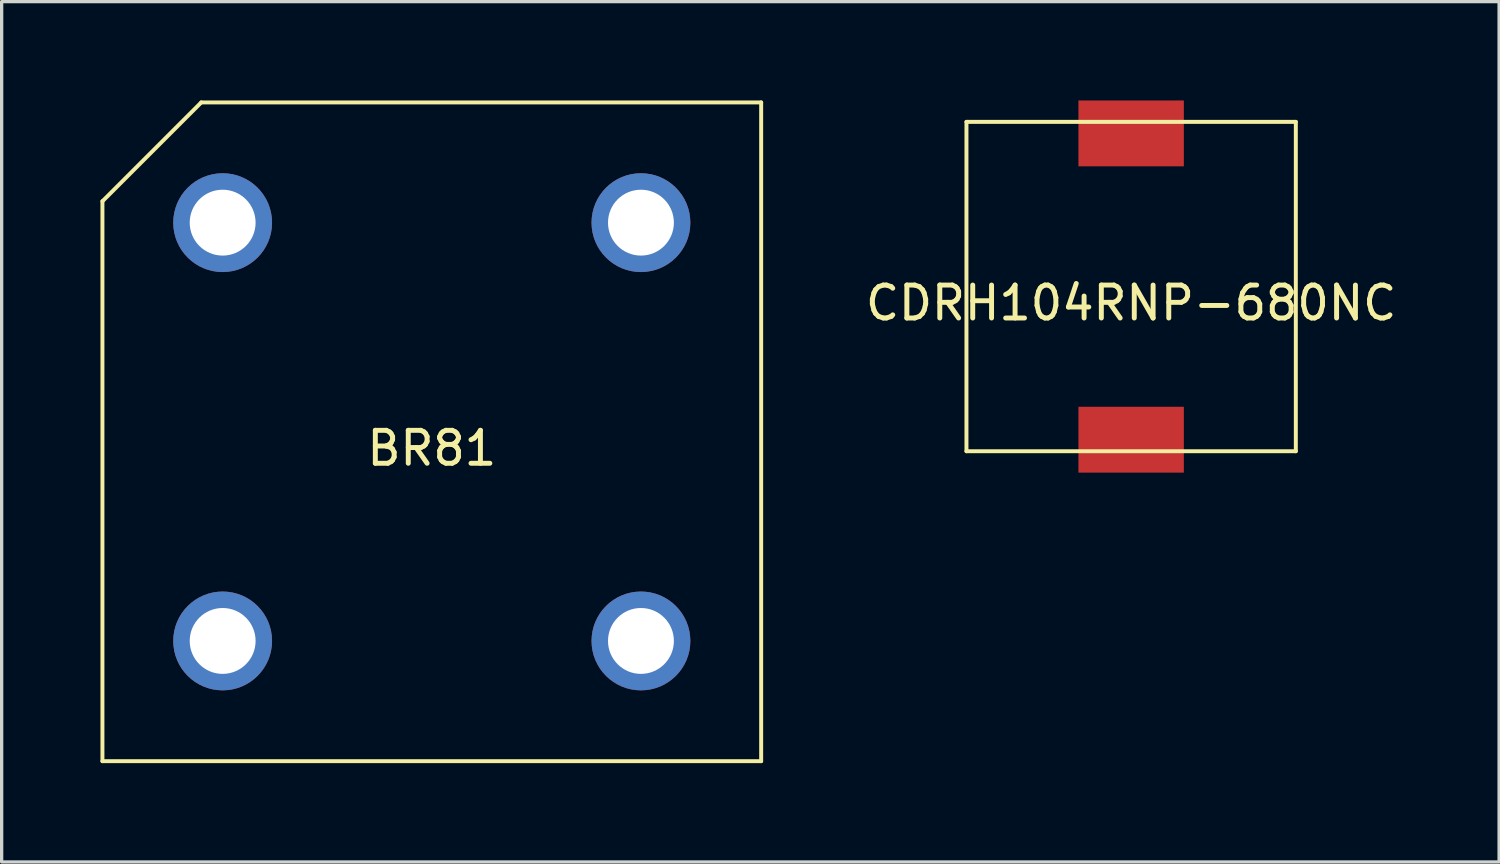
<source format=kicad_pcb>
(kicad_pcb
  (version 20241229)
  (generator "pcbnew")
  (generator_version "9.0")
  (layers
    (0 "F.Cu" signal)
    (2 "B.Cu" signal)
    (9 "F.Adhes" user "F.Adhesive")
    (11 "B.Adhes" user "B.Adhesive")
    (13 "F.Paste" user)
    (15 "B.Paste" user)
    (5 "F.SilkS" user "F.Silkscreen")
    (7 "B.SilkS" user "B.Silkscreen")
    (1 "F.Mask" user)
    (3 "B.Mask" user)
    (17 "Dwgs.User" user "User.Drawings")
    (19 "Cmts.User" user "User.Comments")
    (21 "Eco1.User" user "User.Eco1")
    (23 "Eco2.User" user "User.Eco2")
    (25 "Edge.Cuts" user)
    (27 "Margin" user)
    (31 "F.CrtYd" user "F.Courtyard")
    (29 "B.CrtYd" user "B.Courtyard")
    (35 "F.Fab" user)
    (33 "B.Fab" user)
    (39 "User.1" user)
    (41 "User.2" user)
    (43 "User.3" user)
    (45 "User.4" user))
  (footprint "CDRH104RNP-680NC"
    (layer "F.Cu")
    (at 31.293 5.65)
    (property "Reference" "CDRH104RNP-680NC" (at 0 0.5 0) (layer "F.SilkS") (effects (font (size 1 1) (thickness 0.15))))
    (attr through_hole)
    (fp_line (start -5 -5) (end 5 -5) (stroke (width 0.12) (type solid)) (layer "F.SilkS"))
    (fp_line (start -5 5) (end -5 -5) (stroke (width 0.12) (type solid)) (layer "F.SilkS"))
    (fp_line (start 5 -5) (end 5 5) (stroke (width 0.12) (type solid)) (layer "F.SilkS"))
    (fp_line (start 5 5) (end -5 5) (stroke (width 0.12) (type solid)) (layer "F.SilkS"))
    (pad "1" smd rect (at 0 -4.65) (size 3.2 2) (layers "F.Cu" "F.Mask" "F.Paste"))
    (pad "2" smd rect (at 0 4.65) (size 3.2 2) (layers "F.Cu" "F.Mask" "F.Paste")))
  (footprint "BR81"
    (layer "F.Cu")
    (at 10.06 10.06)
    (property "Reference" "BR81" (at 0 0.5 0) (layer "F.SilkS") (effects (font (size 1 1) (thickness 0.15))))
    (attr through_hole)
    (fp_line (start -10 -7) (end -7 -10) (stroke (width 0.12) (type solid)) (layer "F.SilkS"))
    (fp_line (start -10 10) (end -10 -7) (stroke (width 0.12) (type solid)) (layer "F.SilkS"))
    (fp_line (start -7 -10) (end 10 -10) (stroke (width 0.12) (type solid)) (layer "F.SilkS"))
    (fp_line (start 10 -10) (end 10 10) (stroke (width 0.12) (type solid)) (layer "F.SilkS"))
    (fp_line (start 10 10) (end -10 10) (stroke (width 0.12) (type solid)) (layer "F.SilkS"))
    (pad "1" thru_hole circle (at -6.35 -6.35) (size 3 3) (drill 2) (layers "*.Cu" "*.Mask"))
    (pad "2" thru_hole circle (at 6.35 6.35) (size 3 3) (drill 2) (layers "*.Cu" "*.Mask"))
    (pad "3" thru_hole circle (at 6.35 -6.35) (size 3 3) (drill 2) (layers "*.Cu" "*.Mask"))
    (pad "4" thru_hole circle (at -6.35 6.35) (size 3 3) (drill 2) (layers "*.Cu" "*.Mask")))
  (gr_rect
    (start -3 -3)
    (end 42.465 23.12)
    (stroke (width 0.1) (type default))
    (fill no)
    (layer "Edge.Cuts")))
</source>
